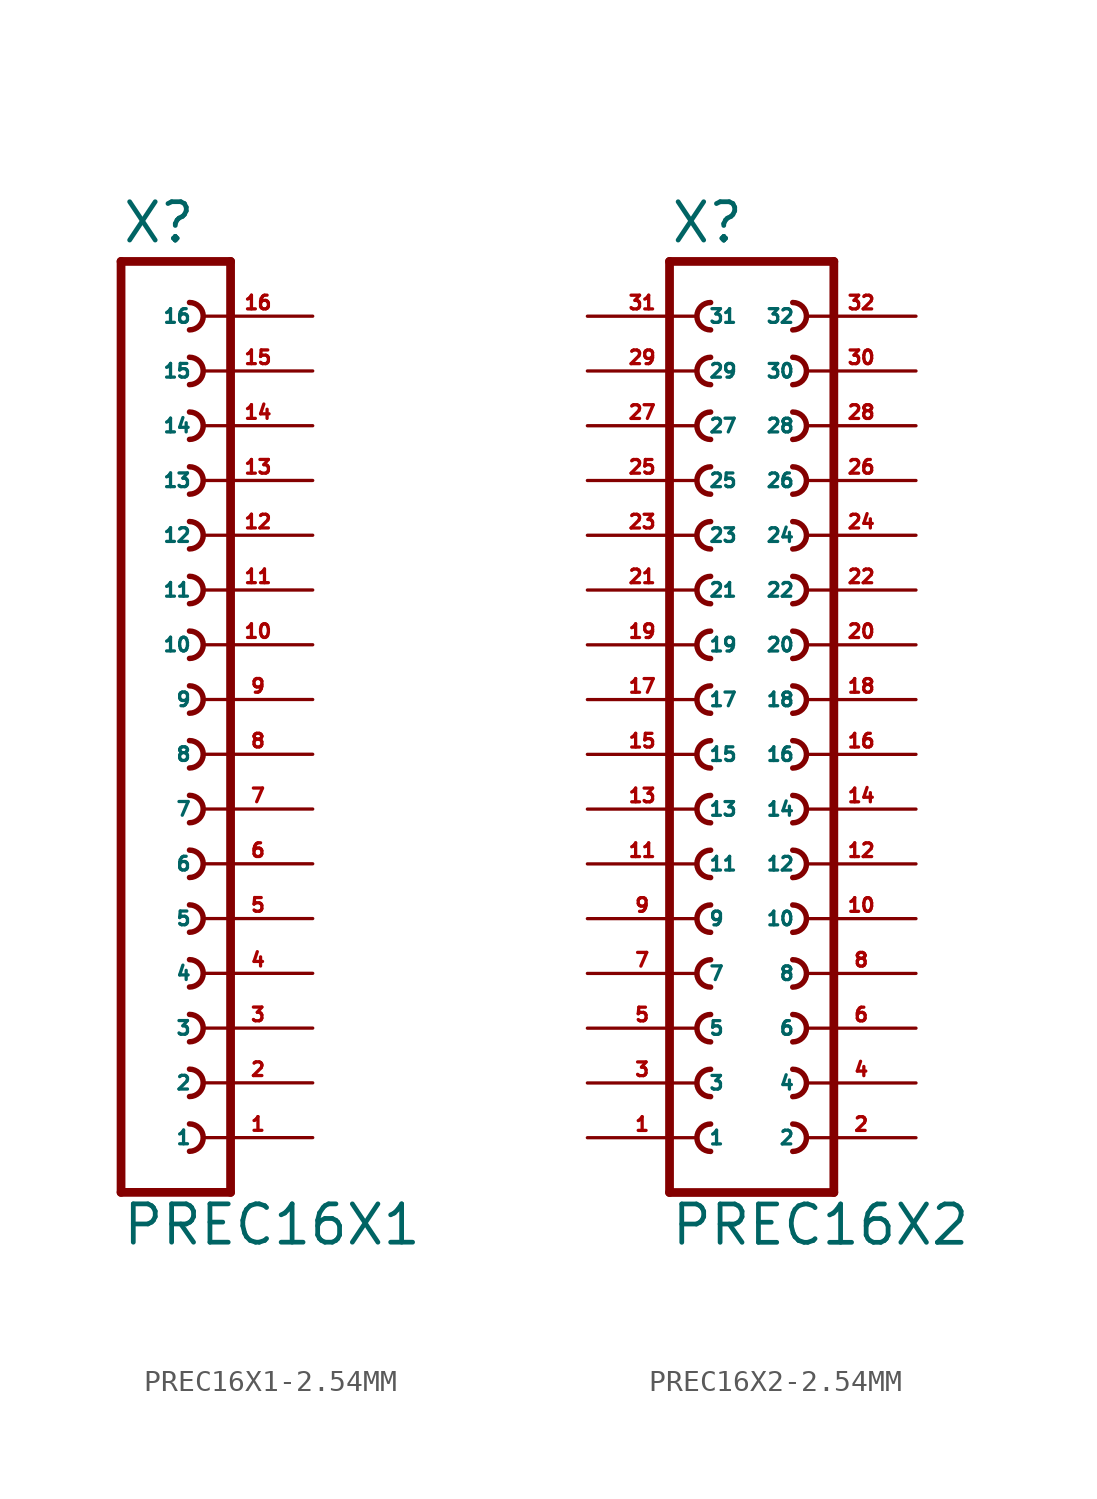
<source format=kicad_sym>
(kicad_symbol_lib
  (version 20220914)
  (generator Eagle2Kicad)
  (symbol "PREC16X1-2.54MM"
    (property "Reference" "X"
      (at -1.27 21.082 0)
      (effects (font (size 1.778 1.778) (thickness 0.22)) (justify left bottom)))
    (property "Value" "PREC16X1"
      (at -1.27 -25.4 0)
      (effects (font (size 1.778 1.778) (thickness 0.22)) (justify left bottom)))
    (polyline
      (pts (xy 3.81 -22.86) (xy -1.27 -22.86))
      (stroke (width 0.406) (type default))
      (fill (type none)))
    (arc
      (start 1.905 -20.955)
      (mid 2.540 -20.320)
      (end 1.905 -19.685)
      (stroke (width 0.254) (type default))
      (fill (type none)))
    (arc
      (start 1.905 -15.875)
      (mid 2.540 -15.240)
      (end 1.905 -14.605)
      (stroke (width 0.254) (type default))
      (fill (type none)))
    (arc
      (start 1.905 -18.415)
      (mid 2.540 -17.780)
      (end 1.905 -17.145)
      (stroke (width 0.254) (type default))
      (fill (type none)))
    (arc
      (start 1.905 -8.255)
      (mid 2.540 -7.620)
      (end 1.905 -6.985)
      (stroke (width 0.254) (type default))
      (fill (type none)))
    (arc
      (start 1.905 -10.795)
      (mid 2.540 -10.160)
      (end 1.905 -9.525)
      (stroke (width 0.254) (type default))
      (fill (type none)))
    (arc
      (start 1.905 -13.335)
      (mid 2.540 -12.700)
      (end 1.905 -12.065)
      (stroke (width 0.254) (type default))
      (fill (type none)))
    (arc
      (start 1.905 -3.175)
      (mid 2.540 -2.540)
      (end 1.905 -1.905)
      (stroke (width 0.254) (type default))
      (fill (type none)))
    (arc
      (start 1.905 -5.715)
      (mid 2.540 -5.080)
      (end 1.905 -4.445)
      (stroke (width 0.254) (type default))
      (fill (type none)))
    (arc
      (start 1.905 4.445)
      (mid 2.540 5.080)
      (end 1.905 5.715)
      (stroke (width 0.254) (type default))
      (fill (type none)))
    (arc
      (start 1.905 1.905)
      (mid 2.540 2.540)
      (end 1.905 3.175)
      (stroke (width 0.254) (type default))
      (fill (type none)))
    (arc
      (start 1.905 -0.635)
      (mid 2.540 0.000)
      (end 1.905 0.635)
      (stroke (width 0.254) (type default))
      (fill (type none)))
    (arc
      (start 1.905 9.525)
      (mid 2.540 10.160)
      (end 1.905 10.795)
      (stroke (width 0.254) (type default))
      (fill (type none)))
    (arc
      (start 1.905 6.985)
      (mid 2.540 7.620)
      (end 1.905 8.255)
      (stroke (width 0.254) (type default))
      (fill (type none)))
    (arc
      (start 1.905 17.145)
      (mid 2.540 17.780)
      (end 1.905 18.415)
      (stroke (width 0.254) (type default))
      (fill (type none)))
    (arc
      (start 1.905 14.605)
      (mid 2.540 15.240)
      (end 1.905 15.875)
      (stroke (width 0.254) (type default))
      (fill (type none)))
    (arc
      (start 1.905 12.065)
      (mid 2.540 12.700)
      (end 1.905 13.335)
      (stroke (width 0.254) (type default))
      (fill (type none)))
    (polyline
      (pts (xy -1.27 20.32) (xy -1.27 -22.86))
      (stroke (width 0.406) (type default))
      (fill (type none)))
    (polyline
      (pts (xy 3.81 -22.86) (xy 3.81 20.32))
      (stroke (width 0.406) (type default))
      (fill (type none)))
    (polyline
      (pts (xy -1.27 20.32) (xy 3.81 20.32))
      (stroke (width 0.406) (type default))
      (fill (type none)))
    (pin passive line
      (at 7.62 -20.32 180)
      (length 5.08)
      (name "1" (effects (font (size 0.635 0.635) (thickness 0.08)) (justify left bottom)))
      (number "1" (effects (font (size 0.635 0.635) (thickness 0.08)) (justify left bottom))))
    (pin passive line
      (at 7.62 -17.78 180)
      (length 5.08)
      (name "2" (effects (font (size 0.635 0.635) (thickness 0.08)) (justify left bottom)))
      (number "2" (effects (font (size 0.635 0.635) (thickness 0.08)) (justify left bottom))))
    (pin passive line
      (at 7.62 -15.24 180)
      (length 5.08)
      (name "3" (effects (font (size 0.635 0.635) (thickness 0.08)) (justify left bottom)))
      (number "3" (effects (font (size 0.635 0.635) (thickness 0.08)) (justify left bottom))))
    (pin passive line
      (at 7.62 -12.7 180)
      (length 5.08)
      (name "4" (effects (font (size 0.635 0.635) (thickness 0.08)) (justify left bottom)))
      (number "4" (effects (font (size 0.635 0.635) (thickness 0.08)) (justify left bottom))))
    (pin passive line
      (at 7.62 -10.16 180)
      (length 5.08)
      (name "5" (effects (font (size 0.635 0.635) (thickness 0.08)) (justify left bottom)))
      (number "5" (effects (font (size 0.635 0.635) (thickness 0.08)) (justify left bottom))))
    (pin passive line
      (at 7.62 -7.62 180)
      (length 5.08)
      (name "6" (effects (font (size 0.635 0.635) (thickness 0.08)) (justify left bottom)))
      (number "6" (effects (font (size 0.635 0.635) (thickness 0.08)) (justify left bottom))))
    (pin passive line
      (at 7.62 -5.08 180)
      (length 5.08)
      (name "7" (effects (font (size 0.635 0.635) (thickness 0.08)) (justify left bottom)))
      (number "7" (effects (font (size 0.635 0.635) (thickness 0.08)) (justify left bottom))))
    (pin passive line
      (at 7.62 -2.54 180)
      (length 5.08)
      (name "8" (effects (font (size 0.635 0.635) (thickness 0.08)) (justify left bottom)))
      (number "8" (effects (font (size 0.635 0.635) (thickness 0.08)) (justify left bottom))))
    (pin passive line
      (at 7.62 0 180)
      (length 5.08)
      (name "9" (effects (font (size 0.635 0.635) (thickness 0.08)) (justify left bottom)))
      (number "9" (effects (font (size 0.635 0.635) (thickness 0.08)) (justify left bottom))))
    (pin passive line
      (at 7.62 2.54 180)
      (length 5.08)
      (name "10" (effects (font (size 0.635 0.635) (thickness 0.08)) (justify left bottom)))
      (number "10" (effects (font (size 0.635 0.635) (thickness 0.08)) (justify left bottom))))
    (pin passive line
      (at 7.62 5.08 180)
      (length 5.08)
      (name "11" (effects (font (size 0.635 0.635) (thickness 0.08)) (justify left bottom)))
      (number "11" (effects (font (size 0.635 0.635) (thickness 0.08)) (justify left bottom))))
    (pin passive line
      (at 7.62 7.62 180)
      (length 5.08)
      (name "12" (effects (font (size 0.635 0.635) (thickness 0.08)) (justify left bottom)))
      (number "12" (effects (font (size 0.635 0.635) (thickness 0.08)) (justify left bottom))))
    (pin passive line
      (at 7.62 10.16 180)
      (length 5.08)
      (name "13" (effects (font (size 0.635 0.635) (thickness 0.08)) (justify left bottom)))
      (number "13" (effects (font (size 0.635 0.635) (thickness 0.08)) (justify left bottom))))
    (pin passive line
      (at 7.62 12.7 180)
      (length 5.08)
      (name "14" (effects (font (size 0.635 0.635) (thickness 0.08)) (justify left bottom)))
      (number "14" (effects (font (size 0.635 0.635) (thickness 0.08)) (justify left bottom))))
    (pin passive line
      (at 7.62 15.24 180)
      (length 5.08)
      (name "15" (effects (font (size 0.635 0.635) (thickness 0.08)) (justify left bottom)))
      (number "15" (effects (font (size 0.635 0.635) (thickness 0.08)) (justify left bottom))))
    (pin passive line
      (at 7.62 17.78 180)
      (length 5.08)
      (name "16" (effects (font (size 0.635 0.635) (thickness 0.08)) (justify left bottom)))
      (number "16" (effects (font (size 0.635 0.635) (thickness 0.08)) (justify left bottom)))))
  (symbol "PREC16X2-2.54MM"
    (property "Reference" "X"
      (at -3.81 21.082 0)
      (effects (font (size 1.778 1.778) (thickness 0.22)) (justify left bottom)))
    (property "Value" "PREC16X2"
      (at -3.81 -25.4 0)
      (effects (font (size 1.778 1.778) (thickness 0.22)) (justify left bottom)))
    (polyline
      (pts (xy 3.81 -22.86) (xy -3.81 -22.86))
      (stroke (width 0.406) (type default))
      (fill (type none)))
    (arc
      (start -1.905 -17.145)
      (mid -2.540 -17.780)
      (end -1.905 -18.415)
      (stroke (width 0.254) (type default))
      (fill (type none)))
    (arc
      (start -1.905 -19.685)
      (mid -2.540 -20.320)
      (end -1.905 -20.955)
      (stroke (width 0.254) (type default))
      (fill (type none)))
    (arc
      (start 1.905 -18.415)
      (mid 2.540 -17.780)
      (end 1.905 -17.145)
      (stroke (width 0.254) (type default))
      (fill (type none)))
    (arc
      (start 1.905 -20.955)
      (mid 2.540 -20.320)
      (end 1.905 -19.685)
      (stroke (width 0.254) (type default))
      (fill (type none)))
    (arc
      (start -1.905 -12.065)
      (mid -2.540 -12.700)
      (end -1.905 -13.335)
      (stroke (width 0.254) (type default))
      (fill (type none)))
    (arc
      (start -1.905 -14.605)
      (mid -2.540 -15.240)
      (end -1.905 -15.875)
      (stroke (width 0.254) (type default))
      (fill (type none)))
    (arc
      (start 1.905 -13.335)
      (mid 2.540 -12.700)
      (end 1.905 -12.065)
      (stroke (width 0.254) (type default))
      (fill (type none)))
    (arc
      (start 1.905 -15.875)
      (mid 2.540 -15.240)
      (end 1.905 -14.605)
      (stroke (width 0.254) (type default))
      (fill (type none)))
    (arc
      (start -1.905 -4.445)
      (mid -2.540 -5.080)
      (end -1.905 -5.715)
      (stroke (width 0.254) (type default))
      (fill (type none)))
    (arc
      (start -1.905 -6.985)
      (mid -2.540 -7.620)
      (end -1.905 -8.255)
      (stroke (width 0.254) (type default))
      (fill (type none)))
    (arc
      (start -1.905 -9.525)
      (mid -2.540 -10.160)
      (end -1.905 -10.795)
      (stroke (width 0.254) (type default))
      (fill (type none)))
    (arc
      (start 1.905 -5.715)
      (mid 2.540 -5.080)
      (end 1.905 -4.445)
      (stroke (width 0.254) (type default))
      (fill (type none)))
    (arc
      (start 1.905 -8.255)
      (mid 2.540 -7.620)
      (end 1.905 -6.985)
      (stroke (width 0.254) (type default))
      (fill (type none)))
    (arc
      (start 1.905 -10.795)
      (mid 2.540 -10.160)
      (end 1.905 -9.525)
      (stroke (width 0.254) (type default))
      (fill (type none)))
    (arc
      (start -1.905 0.635)
      (mid -2.540 0.000)
      (end -1.905 -0.635)
      (stroke (width 0.254) (type default))
      (fill (type none)))
    (arc
      (start -1.905 -1.905)
      (mid -2.540 -2.540)
      (end -1.905 -3.175)
      (stroke (width 0.254) (type default))
      (fill (type none)))
    (arc
      (start 1.905 -0.635)
      (mid 2.540 0.000)
      (end 1.905 0.635)
      (stroke (width 0.254) (type default))
      (fill (type none)))
    (arc
      (start 1.905 -3.175)
      (mid 2.540 -2.540)
      (end 1.905 -1.905)
      (stroke (width 0.254) (type default))
      (fill (type none)))
    (arc
      (start -1.905 8.255)
      (mid -2.540 7.620)
      (end -1.905 6.985)
      (stroke (width 0.254) (type default))
      (fill (type none)))
    (arc
      (start -1.905 5.715)
      (mid -2.540 5.080)
      (end -1.905 4.445)
      (stroke (width 0.254) (type default))
      (fill (type none)))
    (arc
      (start -1.905 3.175)
      (mid -2.540 2.540)
      (end -1.905 1.905)
      (stroke (width 0.254) (type default))
      (fill (type none)))
    (arc
      (start 1.905 6.985)
      (mid 2.540 7.620)
      (end 1.905 8.255)
      (stroke (width 0.254) (type default))
      (fill (type none)))
    (arc
      (start 1.905 4.445)
      (mid 2.540 5.080)
      (end 1.905 5.715)
      (stroke (width 0.254) (type default))
      (fill (type none)))
    (arc
      (start 1.905 1.905)
      (mid 2.540 2.540)
      (end 1.905 3.175)
      (stroke (width 0.254) (type default))
      (fill (type none)))
    (arc
      (start -1.905 13.335)
      (mid -2.540 12.700)
      (end -1.905 12.065)
      (stroke (width 0.254) (type default))
      (fill (type none)))
    (arc
      (start -1.905 10.795)
      (mid -2.540 10.160)
      (end -1.905 9.525)
      (stroke (width 0.254) (type default))
      (fill (type none)))
    (arc
      (start 1.905 12.065)
      (mid 2.540 12.700)
      (end 1.905 13.335)
      (stroke (width 0.254) (type default))
      (fill (type none)))
    (arc
      (start 1.905 9.525)
      (mid 2.540 10.160)
      (end 1.905 10.795)
      (stroke (width 0.254) (type default))
      (fill (type none)))
    (arc
      (start -1.905 18.415)
      (mid -2.540 17.780)
      (end -1.905 17.145)
      (stroke (width 0.254) (type default))
      (fill (type none)))
    (arc
      (start -1.905 15.875)
      (mid -2.540 15.240)
      (end -1.905 14.605)
      (stroke (width 0.254) (type default))
      (fill (type none)))
    (arc
      (start 1.905 17.145)
      (mid 2.540 17.780)
      (end 1.905 18.415)
      (stroke (width 0.254) (type default))
      (fill (type none)))
    (arc
      (start 1.905 14.605)
      (mid 2.540 15.240)
      (end 1.905 15.875)
      (stroke (width 0.254) (type default))
      (fill (type none)))
    (polyline
      (pts (xy -3.81 20.32) (xy -3.81 -22.86))
      (stroke (width 0.406) (type default))
      (fill (type none)))
    (polyline
      (pts (xy 3.81 -22.86) (xy 3.81 20.32))
      (stroke (width 0.406) (type default))
      (fill (type none)))
    (polyline
      (pts (xy -3.81 20.32) (xy 3.81 20.32))
      (stroke (width 0.406) (type default))
      (fill (type none)))
    (pin passive line
      (at -7.62 -20.32 0)
      (length 5.08)
      (name "1" (effects (font (size 0.635 0.635) (thickness 0.08)) (justify left bottom)))
      (number "1" (effects (font (size 0.635 0.635) (thickness 0.08)) (justify left bottom))))
    (pin passive line
      (at 7.62 -20.32 180)
      (length 5.08)
      (name "2" (effects (font (size 0.635 0.635) (thickness 0.08)) (justify left bottom)))
      (number "2" (effects (font (size 0.635 0.635) (thickness 0.08)) (justify left bottom))))
    (pin passive line
      (at -7.62 -17.78 0)
      (length 5.08)
      (name "3" (effects (font (size 0.635 0.635) (thickness 0.08)) (justify left bottom)))
      (number "3" (effects (font (size 0.635 0.635) (thickness 0.08)) (justify left bottom))))
    (pin passive line
      (at 7.62 -17.78 180)
      (length 5.08)
      (name "4" (effects (font (size 0.635 0.635) (thickness 0.08)) (justify left bottom)))
      (number "4" (effects (font (size 0.635 0.635) (thickness 0.08)) (justify left bottom))))
    (pin passive line
      (at -7.62 -15.24 0)
      (length 5.08)
      (name "5" (effects (font (size 0.635 0.635) (thickness 0.08)) (justify left bottom)))
      (number "5" (effects (font (size 0.635 0.635) (thickness 0.08)) (justify left bottom))))
    (pin passive line
      (at 7.62 -15.24 180)
      (length 5.08)
      (name "6" (effects (font (size 0.635 0.635) (thickness 0.08)) (justify left bottom)))
      (number "6" (effects (font (size 0.635 0.635) (thickness 0.08)) (justify left bottom))))
    (pin passive line
      (at -7.62 -12.7 0)
      (length 5.08)
      (name "7" (effects (font (size 0.635 0.635) (thickness 0.08)) (justify left bottom)))
      (number "7" (effects (font (size 0.635 0.635) (thickness 0.08)) (justify left bottom))))
    (pin passive line
      (at 7.62 -12.7 180)
      (length 5.08)
      (name "8" (effects (font (size 0.635 0.635) (thickness 0.08)) (justify left bottom)))
      (number "8" (effects (font (size 0.635 0.635) (thickness 0.08)) (justify left bottom))))
    (pin passive line
      (at -7.62 -10.16 0)
      (length 5.08)
      (name "9" (effects (font (size 0.635 0.635) (thickness 0.08)) (justify left bottom)))
      (number "9" (effects (font (size 0.635 0.635) (thickness 0.08)) (justify left bottom))))
    (pin passive line
      (at 7.62 -10.16 180)
      (length 5.08)
      (name "10" (effects (font (size 0.635 0.635) (thickness 0.08)) (justify left bottom)))
      (number "10" (effects (font (size 0.635 0.635) (thickness 0.08)) (justify left bottom))))
    (pin passive line
      (at -7.62 -7.62 0)
      (length 5.08)
      (name "11" (effects (font (size 0.635 0.635) (thickness 0.08)) (justify left bottom)))
      (number "11" (effects (font (size 0.635 0.635) (thickness 0.08)) (justify left bottom))))
    (pin passive line
      (at 7.62 -7.62 180)
      (length 5.08)
      (name "12" (effects (font (size 0.635 0.635) (thickness 0.08)) (justify left bottom)))
      (number "12" (effects (font (size 0.635 0.635) (thickness 0.08)) (justify left bottom))))
    (pin passive line
      (at -7.62 -5.08 0)
      (length 5.08)
      (name "13" (effects (font (size 0.635 0.635) (thickness 0.08)) (justify left bottom)))
      (number "13" (effects (font (size 0.635 0.635) (thickness 0.08)) (justify left bottom))))
    (pin passive line
      (at 7.62 -5.08 180)
      (length 5.08)
      (name "14" (effects (font (size 0.635 0.635) (thickness 0.08)) (justify left bottom)))
      (number "14" (effects (font (size 0.635 0.635) (thickness 0.08)) (justify left bottom))))
    (pin passive line
      (at -7.62 -2.54 0)
      (length 5.08)
      (name "15" (effects (font (size 0.635 0.635) (thickness 0.08)) (justify left bottom)))
      (number "15" (effects (font (size 0.635 0.635) (thickness 0.08)) (justify left bottom))))
    (pin passive line
      (at 7.62 -2.54 180)
      (length 5.08)
      (name "16" (effects (font (size 0.635 0.635) (thickness 0.08)) (justify left bottom)))
      (number "16" (effects (font (size 0.635 0.635) (thickness 0.08)) (justify left bottom))))
    (pin passive line
      (at -7.62 0 0)
      (length 5.08)
      (name "17" (effects (font (size 0.635 0.635) (thickness 0.08)) (justify left bottom)))
      (number "17" (effects (font (size 0.635 0.635) (thickness 0.08)) (justify left bottom))))
    (pin passive line
      (at 7.62 0 180)
      (length 5.08)
      (name "18" (effects (font (size 0.635 0.635) (thickness 0.08)) (justify left bottom)))
      (number "18" (effects (font (size 0.635 0.635) (thickness 0.08)) (justify left bottom))))
    (pin passive line
      (at -7.62 2.54 0)
      (length 5.08)
      (name "19" (effects (font (size 0.635 0.635) (thickness 0.08)) (justify left bottom)))
      (number "19" (effects (font (size 0.635 0.635) (thickness 0.08)) (justify left bottom))))
    (pin passive line
      (at 7.62 2.54 180)
      (length 5.08)
      (name "20" (effects (font (size 0.635 0.635) (thickness 0.08)) (justify left bottom)))
      (number "20" (effects (font (size 0.635 0.635) (thickness 0.08)) (justify left bottom))))
    (pin passive line
      (at -7.62 5.08 0)
      (length 5.08)
      (name "21" (effects (font (size 0.635 0.635) (thickness 0.08)) (justify left bottom)))
      (number "21" (effects (font (size 0.635 0.635) (thickness 0.08)) (justify left bottom))))
    (pin passive line
      (at 7.62 5.08 180)
      (length 5.08)
      (name "22" (effects (font (size 0.635 0.635) (thickness 0.08)) (justify left bottom)))
      (number "22" (effects (font (size 0.635 0.635) (thickness 0.08)) (justify left bottom))))
    (pin passive line
      (at -7.62 7.62 0)
      (length 5.08)
      (name "23" (effects (font (size 0.635 0.635) (thickness 0.08)) (justify left bottom)))
      (number "23" (effects (font (size 0.635 0.635) (thickness 0.08)) (justify left bottom))))
    (pin passive line
      (at 7.62 7.62 180)
      (length 5.08)
      (name "24" (effects (font (size 0.635 0.635) (thickness 0.08)) (justify left bottom)))
      (number "24" (effects (font (size 0.635 0.635) (thickness 0.08)) (justify left bottom))))
    (pin passive line
      (at -7.62 10.16 0)
      (length 5.08)
      (name "25" (effects (font (size 0.635 0.635) (thickness 0.08)) (justify left bottom)))
      (number "25" (effects (font (size 0.635 0.635) (thickness 0.08)) (justify left bottom))))
    (pin passive line
      (at 7.62 10.16 180)
      (length 5.08)
      (name "26" (effects (font (size 0.635 0.635) (thickness 0.08)) (justify left bottom)))
      (number "26" (effects (font (size 0.635 0.635) (thickness 0.08)) (justify left bottom))))
    (pin passive line
      (at -7.62 12.7 0)
      (length 5.08)
      (name "27" (effects (font (size 0.635 0.635) (thickness 0.08)) (justify left bottom)))
      (number "27" (effects (font (size 0.635 0.635) (thickness 0.08)) (justify left bottom))))
    (pin passive line
      (at 7.62 12.7 180)
      (length 5.08)
      (name "28" (effects (font (size 0.635 0.635) (thickness 0.08)) (justify left bottom)))
      (number "28" (effects (font (size 0.635 0.635) (thickness 0.08)) (justify left bottom))))
    (pin passive line
      (at -7.62 15.24 0)
      (length 5.08)
      (name "29" (effects (font (size 0.635 0.635) (thickness 0.08)) (justify left bottom)))
      (number "29" (effects (font (size 0.635 0.635) (thickness 0.08)) (justify left bottom))))
    (pin passive line
      (at 7.62 15.24 180)
      (length 5.08)
      (name "30" (effects (font (size 0.635 0.635) (thickness 0.08)) (justify left bottom)))
      (number "30" (effects (font (size 0.635 0.635) (thickness 0.08)) (justify left bottom))))
    (pin passive line
      (at -7.62 17.78 0)
      (length 5.08)
      (name "31" (effects (font (size 0.635 0.635) (thickness 0.08)) (justify left bottom)))
      (number "31" (effects (font (size 0.635 0.635) (thickness 0.08)) (justify left bottom))))
    (pin passive line
      (at 7.62 17.78 180)
      (length 5.08)
      (name "32" (effects (font (size 0.635 0.635) (thickness 0.08)) (justify left bottom)))
      (number "32" (effects (font (size 0.635 0.635) (thickness 0.08)) (justify left bottom))))))
</source>
